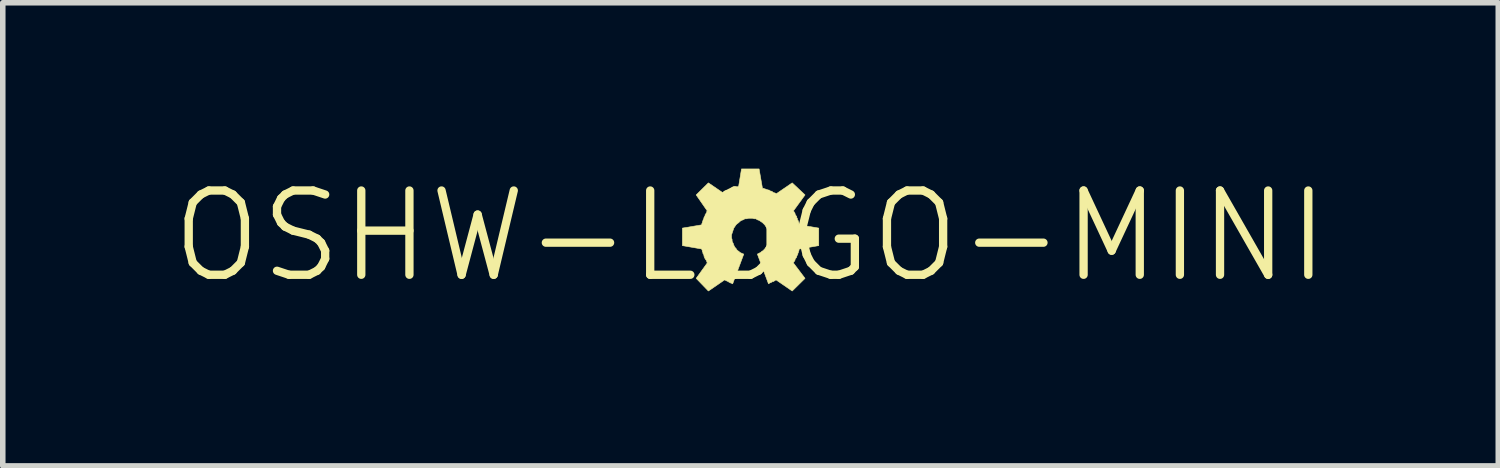
<source format=kicad_pcb>
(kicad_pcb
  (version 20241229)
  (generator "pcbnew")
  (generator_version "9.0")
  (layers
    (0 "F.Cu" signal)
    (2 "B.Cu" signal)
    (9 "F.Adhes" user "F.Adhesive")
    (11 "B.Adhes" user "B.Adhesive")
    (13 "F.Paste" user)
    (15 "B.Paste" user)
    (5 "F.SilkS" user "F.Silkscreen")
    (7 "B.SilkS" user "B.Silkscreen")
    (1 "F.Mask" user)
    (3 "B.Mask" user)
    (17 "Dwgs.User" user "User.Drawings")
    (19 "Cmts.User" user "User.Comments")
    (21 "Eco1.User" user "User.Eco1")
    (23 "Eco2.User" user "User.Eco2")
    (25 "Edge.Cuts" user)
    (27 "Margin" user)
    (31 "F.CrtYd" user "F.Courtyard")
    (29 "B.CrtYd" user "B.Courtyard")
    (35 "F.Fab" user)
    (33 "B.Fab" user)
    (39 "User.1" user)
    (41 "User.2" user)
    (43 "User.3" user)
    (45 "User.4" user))
  (footprint "OSHW-LOGO-MINI"
    (layer "F.Cu")
    (at 10.523 1.222)
    (property "Reference" "OSHW-LOGO-MINI" (at 0 0 0) (layer "F.SilkS") (effects (font (size 1.524 1.524) (thickness 0.15))))
    (attr exclude_from_pos_files exclude_from_bom)
    (fp_poly (pts (xy 1.234 0.17) (xy 1.234 -0.147) (xy 0.876 -0.206) (xy 0.876 -0.246) (xy 0.866 -0.257) (xy 0.866 -0.277) (xy 0.856 -0.287) (xy 0.846 -0.307) (xy 0.846 -0.325) (xy 0.836 -0.335) (xy 0.836 -0.356) (xy 0.826 -0.366) (xy 0.815 -0.386) (xy 0.805 -0.396) (xy 0.805 -0.417) (xy 0.795 -0.427) (xy 0.785 -0.447) (xy 0.775 -0.457) (xy 0.986 -0.747) (xy 0.754 -0.965) (xy 0.465 -0.767) (xy 0.455 -0.777) (xy 0.434 -0.785) (xy 0.424 -0.785) (xy 0.406 -0.795) (xy 0.396 -0.805) (xy 0.376 -0.815) (xy 0.366 -0.815) (xy 0.345 -0.826) (xy 0.335 -0.836) (xy 0.315 -0.836) (xy 0.295 -0.846) (xy 0.284 -0.846) (xy 0.264 -0.856) (xy 0.257 -0.856) (xy 0.236 -0.866) (xy 0.216 -0.866) (xy 0.155 -1.217) (xy -0.163 -1.217) (xy -0.221 -0.866) (xy -0.231 -0.866) (xy -0.251 -0.856) (xy -0.272 -0.856) (xy -0.282 -0.846) (xy -0.302 -0.846) (xy -0.323 -0.836) (xy -0.333 -0.836) (xy -0.353 -0.826) (xy -0.363 -0.815) (xy -0.381 -0.815) (xy -0.391 -0.805) (xy -0.411 -0.795) (xy -0.422 -0.785) (xy -0.442 -0.785) (xy -0.452 -0.777) (xy -0.472 -0.767) (xy -0.762 -0.965) (xy -0.983 -0.747) (xy -0.782 -0.457) (xy -0.792 -0.447) (xy -0.792 -0.427) (xy -0.803 -0.417) (xy -0.813 -0.396) (xy -0.823 -0.386) (xy -0.823 -0.366) (xy -0.833 -0.356) (xy -0.843 -0.335) (xy -0.843 -0.325) (xy -0.861 -0.287) (xy -0.861 -0.277) (xy -0.871 -0.257) (xy -0.871 -0.246) (xy -0.881 -0.226) (xy -0.881 -0.206) (xy -1.232 -0.147) (xy -1.232 0.17) (xy -0.881 0.231) (xy -0.881 0.241) (xy -0.871 0.262) (xy -0.871 0.282) (xy -0.861 0.292) (xy -0.861 0.312) (xy -0.851 0.323) (xy -0.843 0.34) (xy -0.843 0.361) (xy -0.833 0.371) (xy -0.833 0.391) (xy -0.823 0.401) (xy -0.813 0.422) (xy -0.803 0.432) (xy -0.792 0.452) (xy -0.792 0.462) (xy -0.782 0.483) (xy -0.983 0.762) (xy -0.762 0.991) (xy -0.472 0.792) (xy -0.462 0.792) (xy -0.452 0.8) (xy -0.442 0.8) (xy -0.432 0.81) (xy -0.422 0.81) (xy -0.411 0.82) (xy -0.401 0.82) (xy -0.391 0.831) (xy -0.381 0.831) (xy -0.373 0.841) (xy -0.363 0.841) (xy -0.353 0.851) (xy -0.333 0.851) (xy -0.323 0.861) (xy -0.122 0.323) (xy -0.152 0.312) (xy -0.193 0.292) (xy -0.213 0.272) (xy -0.231 0.262) (xy -0.251 0.241) (xy -0.262 0.221) (xy -0.282 0.201) (xy -0.302 0.163) (xy -0.312 0.132) (xy -0.333 0.091) (xy -0.333 0.061) (xy -0.343 0.03) (xy -0.343 -0.025) (xy -0.302 -0.147) (xy -0.262 -0.206) (xy -0.241 -0.226) (xy -0.213 -0.246) (xy -0.193 -0.267) (xy -0.163 -0.287) (xy -0.132 -0.297) (xy -0.102 -0.315) (xy -0.071 -0.315) (xy -0.033 -0.325) (xy 0.036 -0.325) (xy 0.066 -0.315) (xy 0.097 -0.315) (xy 0.124 -0.297) (xy 0.155 -0.287) (xy 0.216 -0.246) (xy 0.257 -0.206) (xy 0.295 -0.147) (xy 0.305 -0.117) (xy 0.325 -0.086) (xy 0.325 -0.056) (xy 0.335 -0.025) (xy 0.335 0.061) (xy 0.325 0.091) (xy 0.325 0.112) (xy 0.315 0.132) (xy 0.305 0.163) (xy 0.295 0.18) (xy 0.274 0.201) (xy 0.264 0.221) (xy 0.226 0.262) (xy 0.206 0.272) (xy 0.185 0.292) (xy 0.124 0.323) (xy 0.325 0.861) (xy 0.325 0.851) (xy 0.345 0.851) (xy 0.356 0.841) (xy 0.366 0.841) (xy 0.376 0.831) (xy 0.386 0.831) (xy 0.396 0.82) (xy 0.417 0.82) (xy 0.424 0.81) (xy 0.434 0.81) (xy 0.455 0.792) (xy 0.465 0.792) (xy 0.754 0.991) (xy 0.986 0.762) (xy 0.775 0.483) (xy 0.785 0.462) (xy 0.795 0.452) (xy 0.805 0.432) (xy 0.805 0.422) (xy 0.815 0.401) (xy 0.826 0.391) (xy 0.836 0.371) (xy 0.836 0.361) (xy 0.856 0.323) (xy 0.856 0.312) (xy 0.866 0.292) (xy 0.866 0.282) (xy 0.876 0.262) (xy 0.876 0.241) (xy 0.886 0.231)) (stroke (width 0.01) (type solid)) (fill yes) (layer "F.SilkS")))
  (gr_rect
    (start -3 -3)
    (end 24.046 5.376)
    (stroke (width 0.1) (type default))
    (fill no)
    (layer "Edge.Cuts")))
</source>
